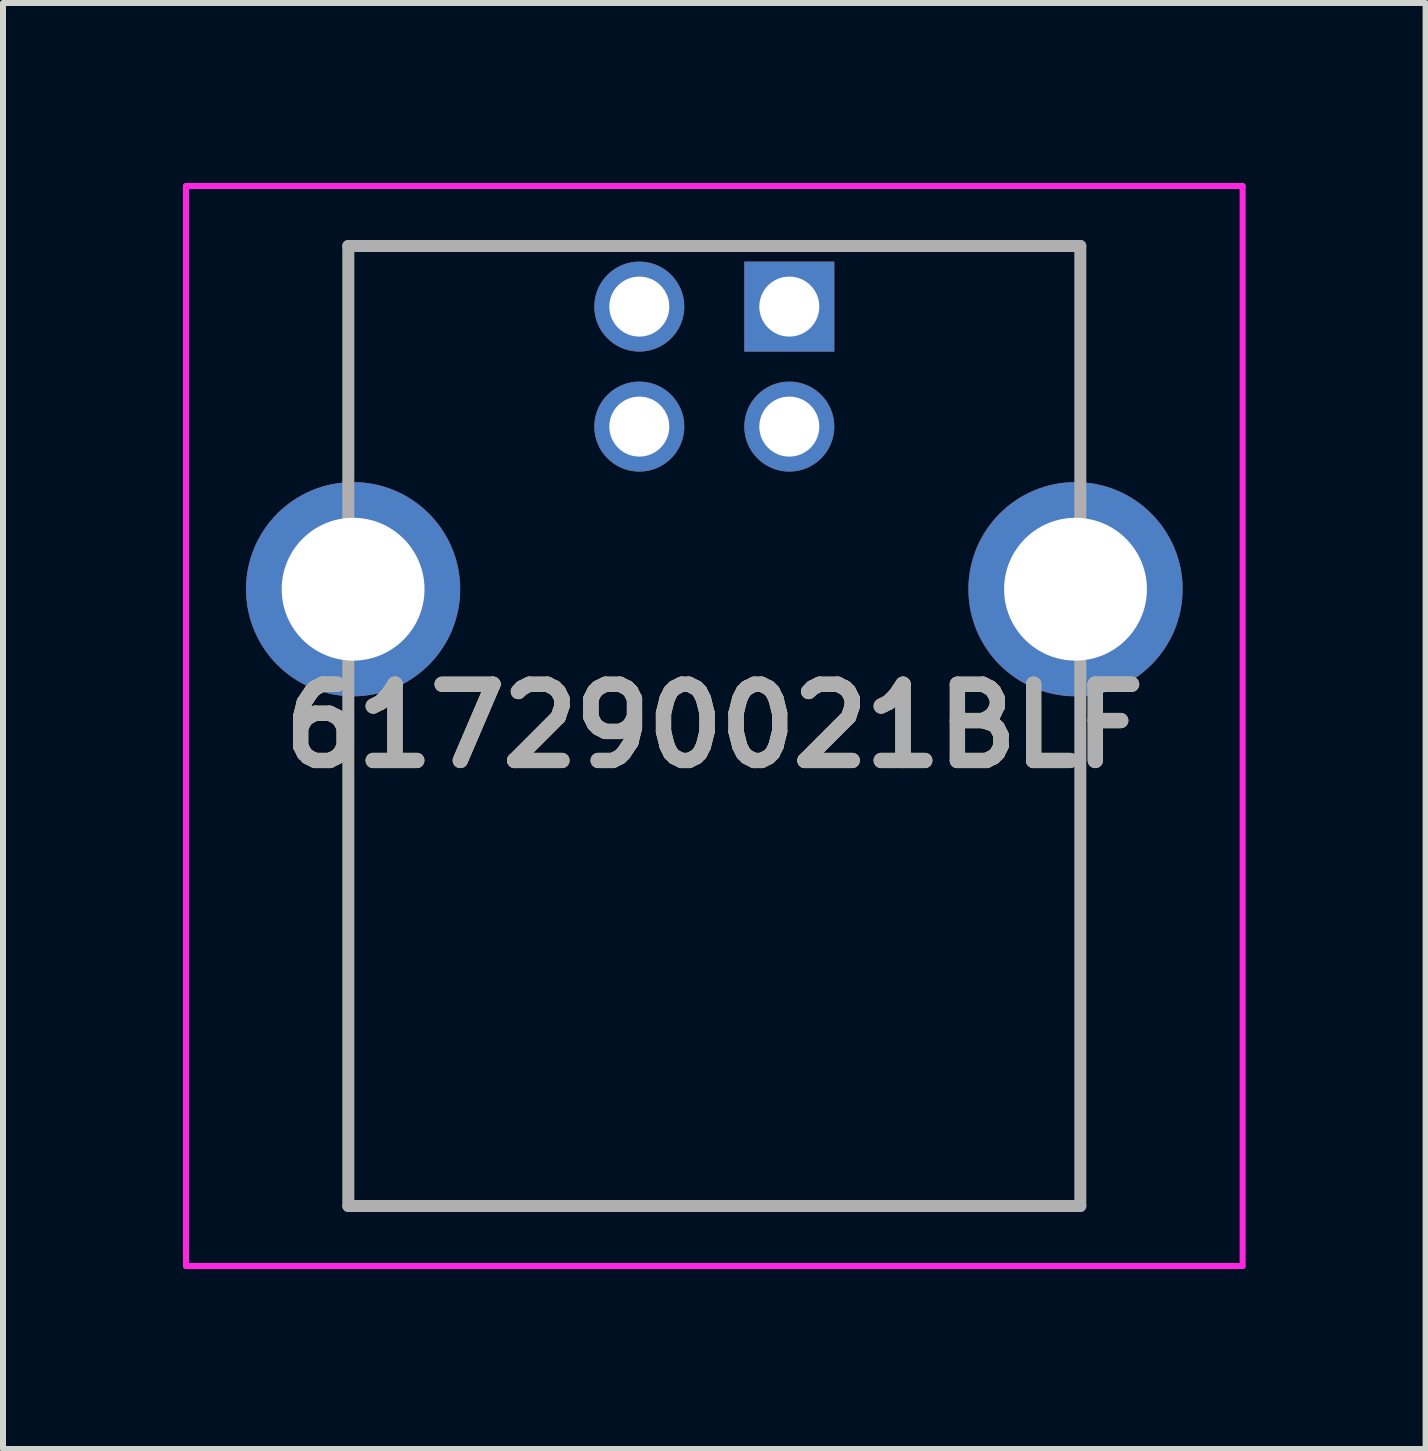
<source format=kicad_pcb>
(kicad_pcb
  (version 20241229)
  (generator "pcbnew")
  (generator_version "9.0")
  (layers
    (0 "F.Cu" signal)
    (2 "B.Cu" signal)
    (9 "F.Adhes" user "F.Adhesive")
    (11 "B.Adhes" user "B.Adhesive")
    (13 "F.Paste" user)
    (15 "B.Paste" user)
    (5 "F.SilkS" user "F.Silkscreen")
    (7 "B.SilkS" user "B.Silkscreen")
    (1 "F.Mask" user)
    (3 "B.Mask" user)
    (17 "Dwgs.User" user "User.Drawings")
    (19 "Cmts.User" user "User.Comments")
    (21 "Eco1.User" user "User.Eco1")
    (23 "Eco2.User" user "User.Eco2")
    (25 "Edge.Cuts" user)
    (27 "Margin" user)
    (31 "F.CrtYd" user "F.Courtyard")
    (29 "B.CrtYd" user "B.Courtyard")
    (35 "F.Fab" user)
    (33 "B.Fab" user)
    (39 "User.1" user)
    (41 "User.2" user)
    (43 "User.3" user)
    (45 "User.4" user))
  (footprint "617290021BLF"
    (layer "F.Cu")
    (at 10.105 2.06)
    (property "Reference" "617290021BLF" (at -1.25 6.99 0) (layer "F.SilkS") (effects (font (size 1.27 1.27) (thickness 0.254))))
    (attr through_hole)
    (fp_line (start -7.35 -1.01) (end -7.35 -1.01) (stroke (width 0.1) (type solid)) (layer "F.SilkS"))
    (fp_line (start -7.35 -1.01) (end -7.35 -1.01) (stroke (width 0.1) (type solid)) (layer "F.SilkS"))
    (fp_line (start -7.35 -1.01) (end -7.35 2.21) (stroke (width 0.1) (type solid)) (layer "F.SilkS"))
    (fp_line (start -7.35 -1.01) (end -3.75 -1.01) (stroke (width 0.1) (type solid)) (layer "F.SilkS"))
    (fp_line (start -7.35 2.21) (end -7.35 -1.01) (stroke (width 0.1) (type solid)) (layer "F.SilkS"))
    (fp_line (start -7.35 2.21) (end -7.35 2.21) (stroke (width 0.1) (type solid)) (layer "F.SilkS"))
    (fp_line (start -7.35 7.21) (end -7.35 7.21) (stroke (width 0.1) (type solid)) (layer "F.SilkS"))
    (fp_line (start -7.35 7.21) (end -7.35 14.99) (stroke (width 0.1) (type solid)) (layer "F.SilkS"))
    (fp_line (start -7.35 14.96) (end -7.35 14.99) (stroke (width 0.1) (type solid)) (layer "F.SilkS"))
    (fp_line (start -7.35 14.99) (end -7.35 7.21) (stroke (width 0.1) (type solid)) (layer "F.SilkS"))
    (fp_line (start -7.35 14.99) (end -7.35 14.99) (stroke (width 0.1) (type solid)) (layer "F.SilkS"))
    (fp_line (start -7.35 14.99) (end 4.85 14.99) (stroke (width 0.1) (type solid)) (layer "F.SilkS"))
    (fp_line (start -3.75 -1.01) (end -7.35 -1.01) (stroke (width 0.1) (type solid)) (layer "F.SilkS"))
    (fp_line (start -3.75 -1.01) (end -3.75 -1.01) (stroke (width 0.1) (type solid)) (layer "F.SilkS"))
    (fp_line (start 1.25 -1.01) (end 1.25 -1.01) (stroke (width 0.1) (type solid)) (layer "F.SilkS"))
    (fp_line (start 1.25 -1.01) (end 4.85 -1.01) (stroke (width 0.1) (type solid)) (layer "F.SilkS"))
    (fp_line (start 4.85 -1.01) (end 1.25 -1.01) (stroke (width 0.1) (type solid)) (layer "F.SilkS"))
    (fp_line (start 4.85 -1.01) (end 4.85 -1.01) (stroke (width 0.1) (type solid)) (layer "F.SilkS"))
    (fp_line (start 4.85 -1.01) (end 4.85 -1.01) (stroke (width 0.1) (type solid)) (layer "F.SilkS"))
    (fp_line (start 4.85 -1.01) (end 4.85 2.21) (stroke (width 0.1) (type solid)) (layer "F.SilkS"))
    (fp_line (start 4.85 2.21) (end 4.85 -1.01) (stroke (width 0.1) (type solid)) (layer "F.SilkS"))
    (fp_line (start 4.85 2.21) (end 4.85 2.21) (stroke (width 0.1) (type solid)) (layer "F.SilkS"))
    (fp_line (start 4.85 7.21) (end 4.85 7.21) (stroke (width 0.1) (type solid)) (layer "F.SilkS"))
    (fp_line (start 4.85 7.21) (end 4.85 14.99) (stroke (width 0.1) (type solid)) (layer "F.SilkS"))
    (fp_line (start 4.85 14.96) (end -7.35 14.96) (stroke (width 0.1) (type solid)) (layer "F.SilkS"))
    (fp_line (start 4.85 14.99) (end 4.85 7.21) (stroke (width 0.1) (type solid)) (layer "F.SilkS"))
    (fp_line (start 4.85 14.99) (end 4.85 14.96) (stroke (width 0.1) (type solid)) (layer "F.SilkS"))
    (fp_line (start 4.85 14.99) (end 4.85 14.99) (stroke (width 0.1) (type solid)) (layer "F.SilkS"))
    (fp_line (start -10.055 -2.01) (end 7.555 -2.01) (stroke (width 0.1) (type solid)) (layer "F.CrtYd"))
    (fp_line (start -10.055 15.99) (end -10.055 -2.01) (stroke (width 0.1) (type solid)) (layer "F.CrtYd"))
    (fp_line (start 7.555 -2.01) (end 7.555 15.99) (stroke (width 0.1) (type solid)) (layer "F.CrtYd"))
    (fp_line (start 7.555 15.99) (end -10.055 15.99) (stroke (width 0.1) (type solid)) (layer "F.CrtYd"))
    (fp_line (start -7.35 -1.01) (end -7.35 14.99) (stroke (width 0.2) (type solid)) (layer "F.Fab"))
    (fp_line (start -7.35 14.99) (end 4.85 14.99) (stroke (width 0.2) (type solid)) (layer "F.Fab"))
    (fp_line (start 4.85 -1.01) (end -7.35 -1.01) (stroke (width 0.2) (type solid)) (layer "F.Fab"))
    (fp_line (start 4.85 14.99) (end 4.85 -1.01) (stroke (width 0.2) (type solid)) (layer "F.Fab"))
    (fp_text user "${REFERENCE}" (at -1.25 6.99 0) (layer "F.Fab") (effects (font (size 1.27 1.27) (thickness 0.254))))
    (pad "1" thru_hole rect (at 0 0) (size 1.5 1.5) (drill 1) (layers "*.Cu" "*.Mask"))
    (pad "2" thru_hole circle (at -2.5 0) (size 1.5 1.5) (drill 1) (layers "*.Cu" "*.Mask"))
    (pad "3" thru_hole circle (at -2.5 2) (size 1.5 1.5) (drill 1) (layers "*.Cu" "*.Mask"))
    (pad "4" thru_hole circle (at 0 2) (size 1.5 1.5) (drill 1) (layers "*.Cu" "*.Mask"))
    (pad "MH1" thru_hole circle (at 4.77 4.71) (size 3.57 3.57) (drill 2.38) (layers "*.Cu" "*.Mask"))
    (pad "MH2" thru_hole circle (at -7.27 4.71) (size 3.57 3.57) (drill 2.38) (layers "*.Cu" "*.Mask")))
  (gr_rect
    (start -3 -3)
    (end 20.71 21.1)
    (stroke (width 0.1) (type default))
    (fill no)
    (layer "Edge.Cuts")))
</source>
